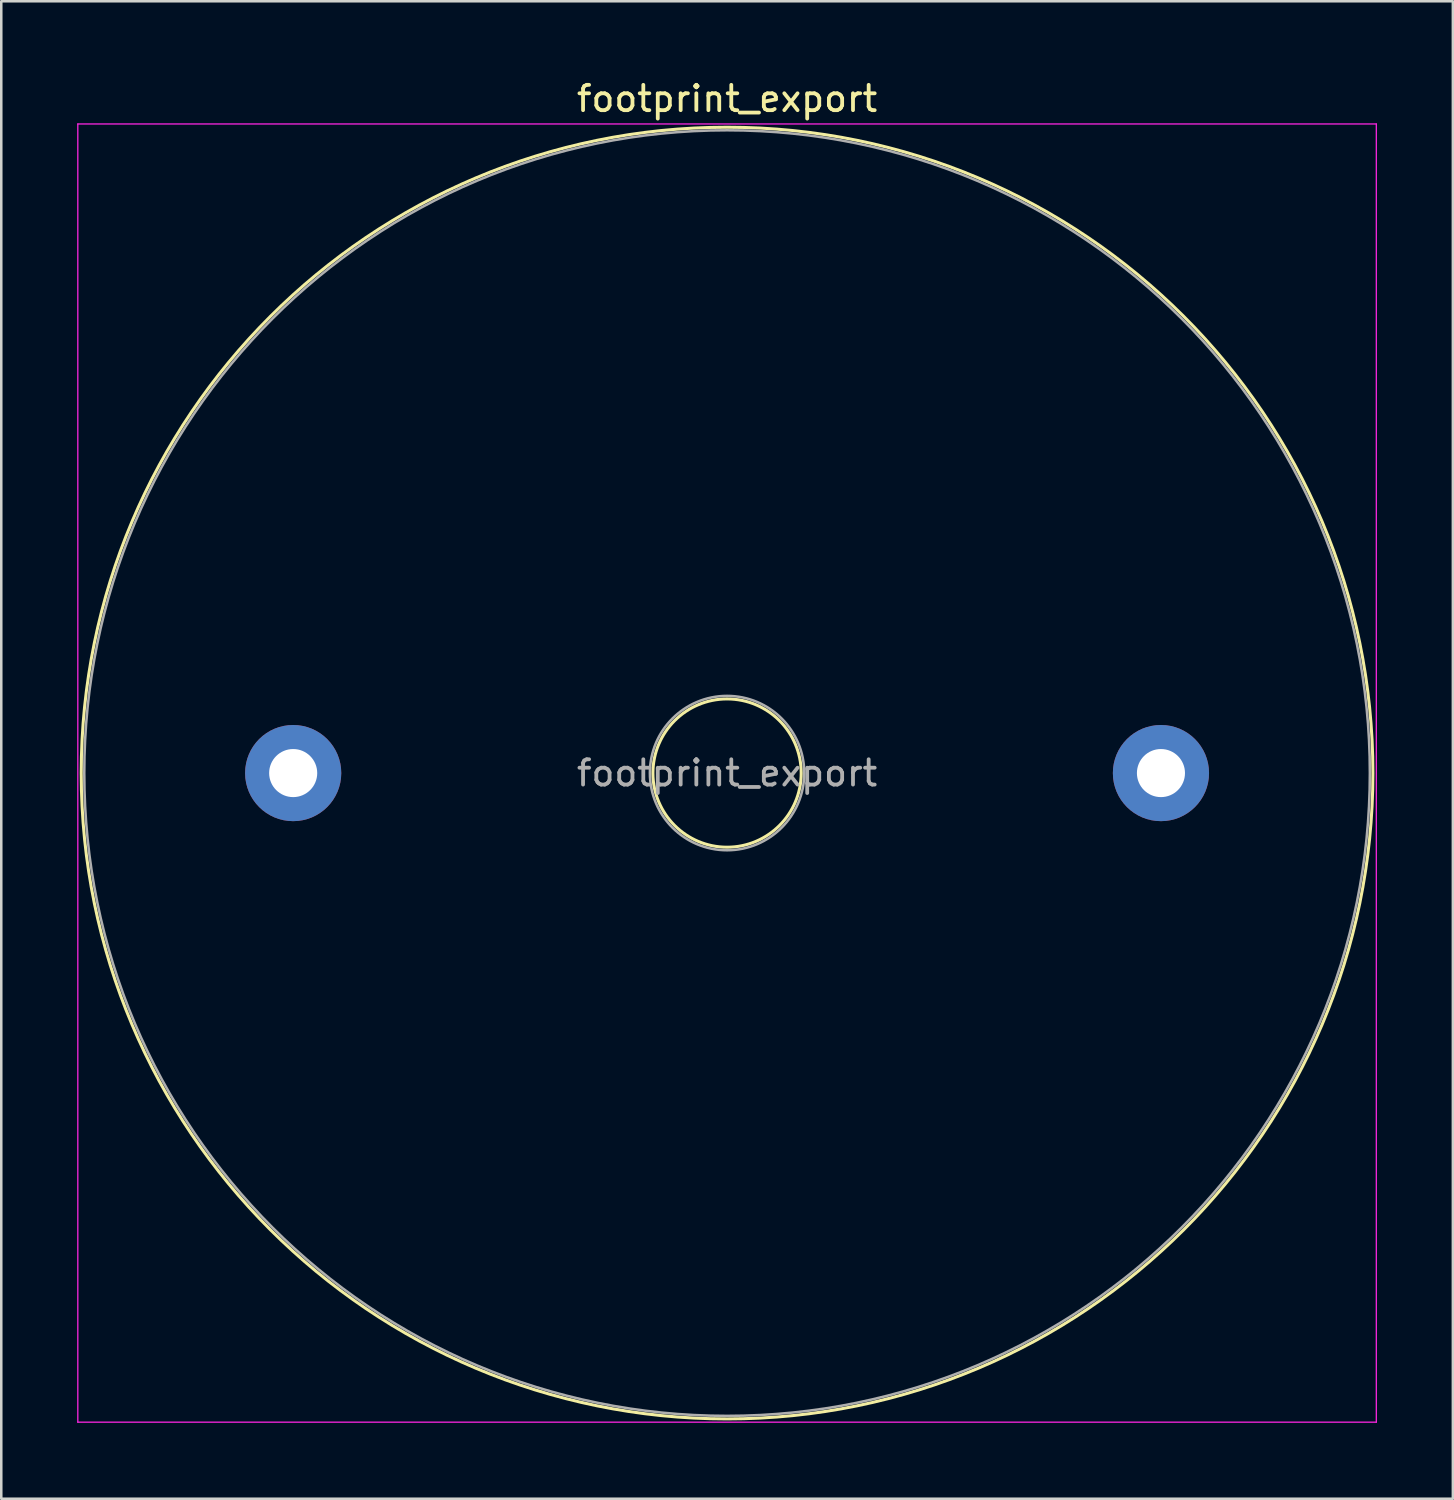
<source format=kicad_pcb>
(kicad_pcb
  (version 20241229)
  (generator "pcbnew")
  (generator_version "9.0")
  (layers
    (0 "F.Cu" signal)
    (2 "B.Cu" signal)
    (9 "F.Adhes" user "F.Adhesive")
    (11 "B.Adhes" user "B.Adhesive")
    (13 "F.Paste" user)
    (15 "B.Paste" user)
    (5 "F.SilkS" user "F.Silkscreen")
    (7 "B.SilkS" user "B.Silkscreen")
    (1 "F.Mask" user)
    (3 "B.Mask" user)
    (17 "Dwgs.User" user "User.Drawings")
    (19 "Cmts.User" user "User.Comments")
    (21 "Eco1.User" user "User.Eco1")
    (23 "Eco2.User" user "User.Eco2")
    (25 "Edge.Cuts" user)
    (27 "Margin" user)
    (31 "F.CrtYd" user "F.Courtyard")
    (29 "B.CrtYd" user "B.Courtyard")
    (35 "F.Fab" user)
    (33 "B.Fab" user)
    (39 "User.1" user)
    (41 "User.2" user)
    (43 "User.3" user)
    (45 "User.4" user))
  (footprint "footprint_export"
    (layer "F.Cu")
    (at 8.535 27.498)
    (property "Reference" "footprint_export" (at 17.145 -26.65 0) (layer "F.SilkS") (effects (font (size 1 1) (thickness 0.15))))
    (attr through_hole)
    (fp_circle (center 17.145 0) (end 20.075 0) (stroke (width 0.12) (type solid)) (fill no) (layer "F.SilkS"))
    (fp_circle (center 17.145 0) (end 42.665 0) (stroke (width 0.12) (type solid)) (fill no) (layer "F.SilkS"))
    (fp_line (start -8.51 -25.65) (end -8.51 25.65) (stroke (width 0.05) (type solid)) (layer "F.CrtYd"))
    (fp_line (start -8.51 25.65) (end 42.8 25.65) (stroke (width 0.05) (type solid)) (layer "F.CrtYd"))
    (fp_line (start 42.8 -25.65) (end -8.51 -25.65) (stroke (width 0.05) (type solid)) (layer "F.CrtYd"))
    (fp_line (start 42.8 25.65) (end 42.8 -25.65) (stroke (width 0.05) (type solid)) (layer "F.CrtYd"))
    (fp_circle (center 17.145 0) (end 20.195 0) (stroke (width 0.1) (type solid)) (fill no) (layer "F.Fab"))
    (fp_circle (center 17.145 0) (end 42.545 0) (stroke (width 0.1) (type solid)) (fill no) (layer "F.Fab"))
    (fp_text user "${REFERENCE}" (at 17.145 0 0) (layer "F.Fab") (effects (font (size 1 1) (thickness 0.15))))
    (pad "1" thru_hole circle (at 0 0) (size 3.8 3.8) (drill 1.9) (layers "*.Cu" "*.Mask"))
    (pad "2" thru_hole circle (at 34.29 0) (size 3.8 3.8) (drill 1.9) (layers "*.Cu" "*.Mask")))
  (gr_rect
    (start -3 -3)
    (end 54.36 56.173)
    (stroke (width 0.1) (type default))
    (fill no)
    (layer "Edge.Cuts")))
</source>
